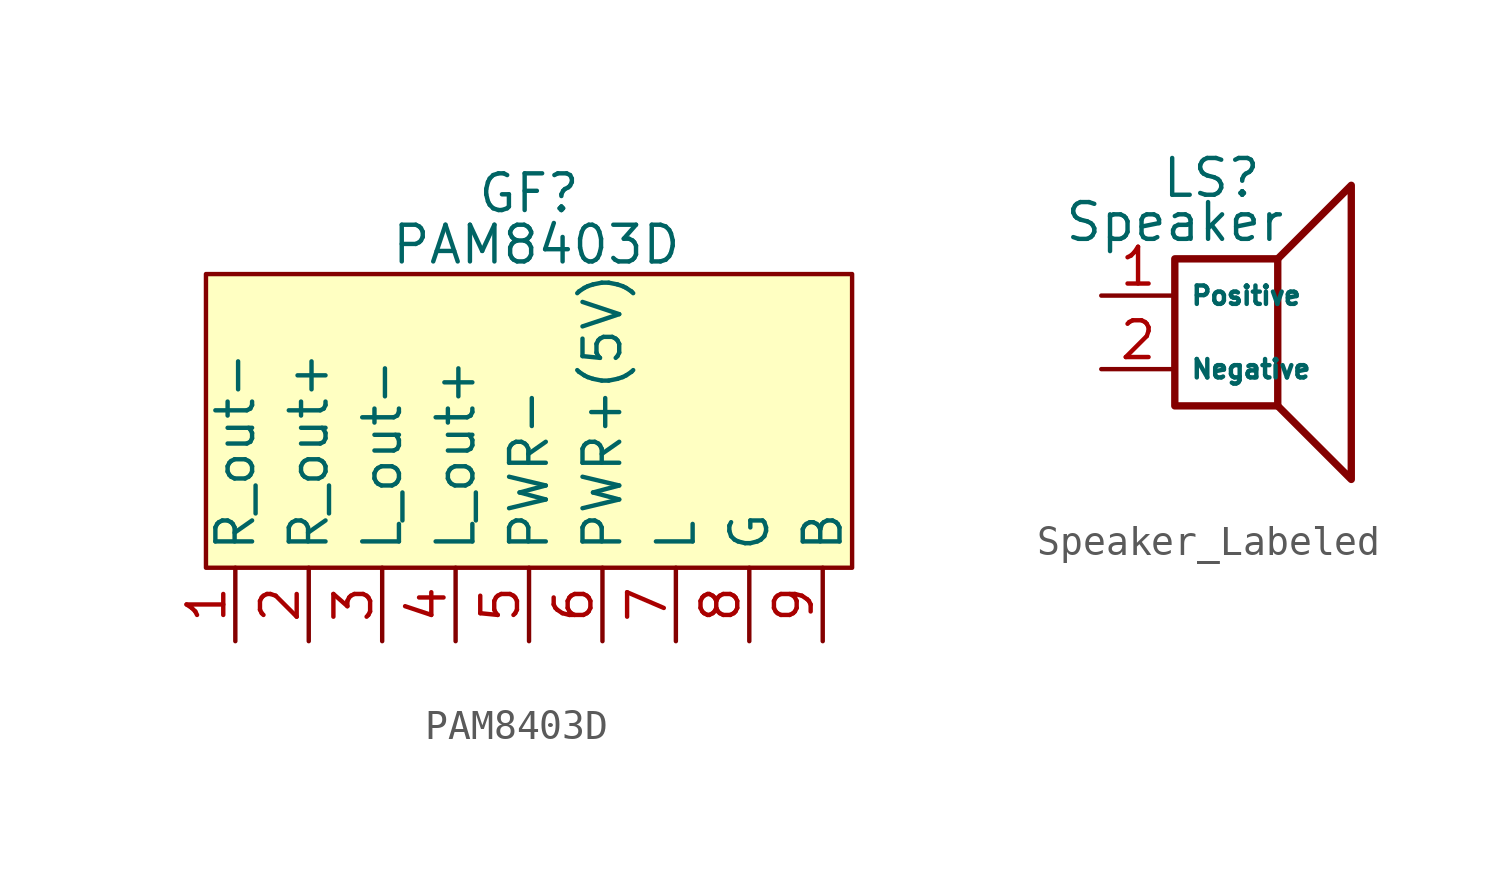
<source format=kicad_sym>
(kicad_symbol_lib
  (version 20231120)
  (generator "kicad_symbol_editor")
  (generator_version "8.0")
  (symbol "PAM8403D"
    (property "Reference" "GF"
      (at 0 9.144 0)
      (effects (font (size 1.27 1.27))))
    (property "Value" "PAM8403D"
      (at 0.254 7.366 0)
      (effects (font (size 1.27 1.27))))
    (symbol "PAM8403D_1_1"
      (rectangle (start -11.176 6.35) (end 11.176 -3.81) (stroke (width 0) (type default)) (fill (type background)))
      (pin input line (at -10.16 -6.35 90) (length 2.54) (name "R_out-" (effects (font (size 1.27 1.27)))) (number "1" (effects (font (size 1.27 1.27)))))
      (pin input line (at -7.62 -6.35 90) (length 2.54) (name "R_out+" (effects (font (size 1.27 1.27)))) (number "2" (effects (font (size 1.27 1.27)))))
      (pin input line (at -5.08 -6.35 90) (length 2.54) (name "L_out-" (effects (font (size 1.27 1.27)))) (number "3" (effects (font (size 1.27 1.27)))))
      (pin input line (at -2.54 -6.35 90) (length 2.54) (name "L_out+" (effects (font (size 1.27 1.27)))) (number "4" (effects (font (size 1.27 1.27)))))
      (pin input line (at 0 -6.35 90) (length 2.54) (name "PWR-" (effects (font (size 1.27 1.27)))) (number "5" (effects (font (size 1.27 1.27)))))
      (pin input line (at 2.54 -6.35 90) (length 2.54) (name "PWR+(5V)" (effects (font (size 1.27 1.27)))) (number "6" (effects (font (size 1.27 1.27)))))
      (pin input line (at 5.08 -6.35 90) (length 2.54) (name "L" (effects (font (size 1.27 1.27)))) (number "7" (effects (font (size 1.27 1.27)))))
      (pin input line (at 7.62 -6.35 90) (length 2.54) (name "G" (effects (font (size 1.27 1.27)))) (number "8" (effects (font (size 1.27 1.27)))))
      (pin input line (at 10.16 -6.35 90) (length 2.54) (name "B" (effects (font (size 1.27 1.27)))) (number "9" (effects (font (size 1.27 1.27)))))))
  (symbol "Speaker_Labeled"
    (property "Reference" "LS"
      (at 0 5.334 0)
      (effects (font (size 1.27 1.27))))
    (property "Value" "Speaker"
      (at -1.27 3.81 0)
      (effects (font (size 1.27 1.27))))
    (symbol "Speaker_Labeled_0_0"
      (rectangle (start -1.27 2.54) (end 2.286 -2.54) (stroke (width 0.254) (type default)) (fill (type none)))
      (polyline (pts (xy 2.286 2.54) (xy 4.826 5.08) (xy 4.826 -5.08) (xy 2.286 -2.54)) (stroke (width 0.254) (type default)) (fill (type none))))
    (symbol "Speaker_Labeled_1_1"
      (pin input line (at -3.81 1.27 0) (length 2.54) (name "Positive" (effects (font (size 0.635 0.635)))) (number "1" (effects (font (size 1.27 1.27)))))
      (pin input line (at -3.81 -1.27 0) (length 2.54) (name "Negative" (effects (font (size 0.635 0.635)))) (number "2" (effects (font (size 1.27 1.27))))))))
</source>
